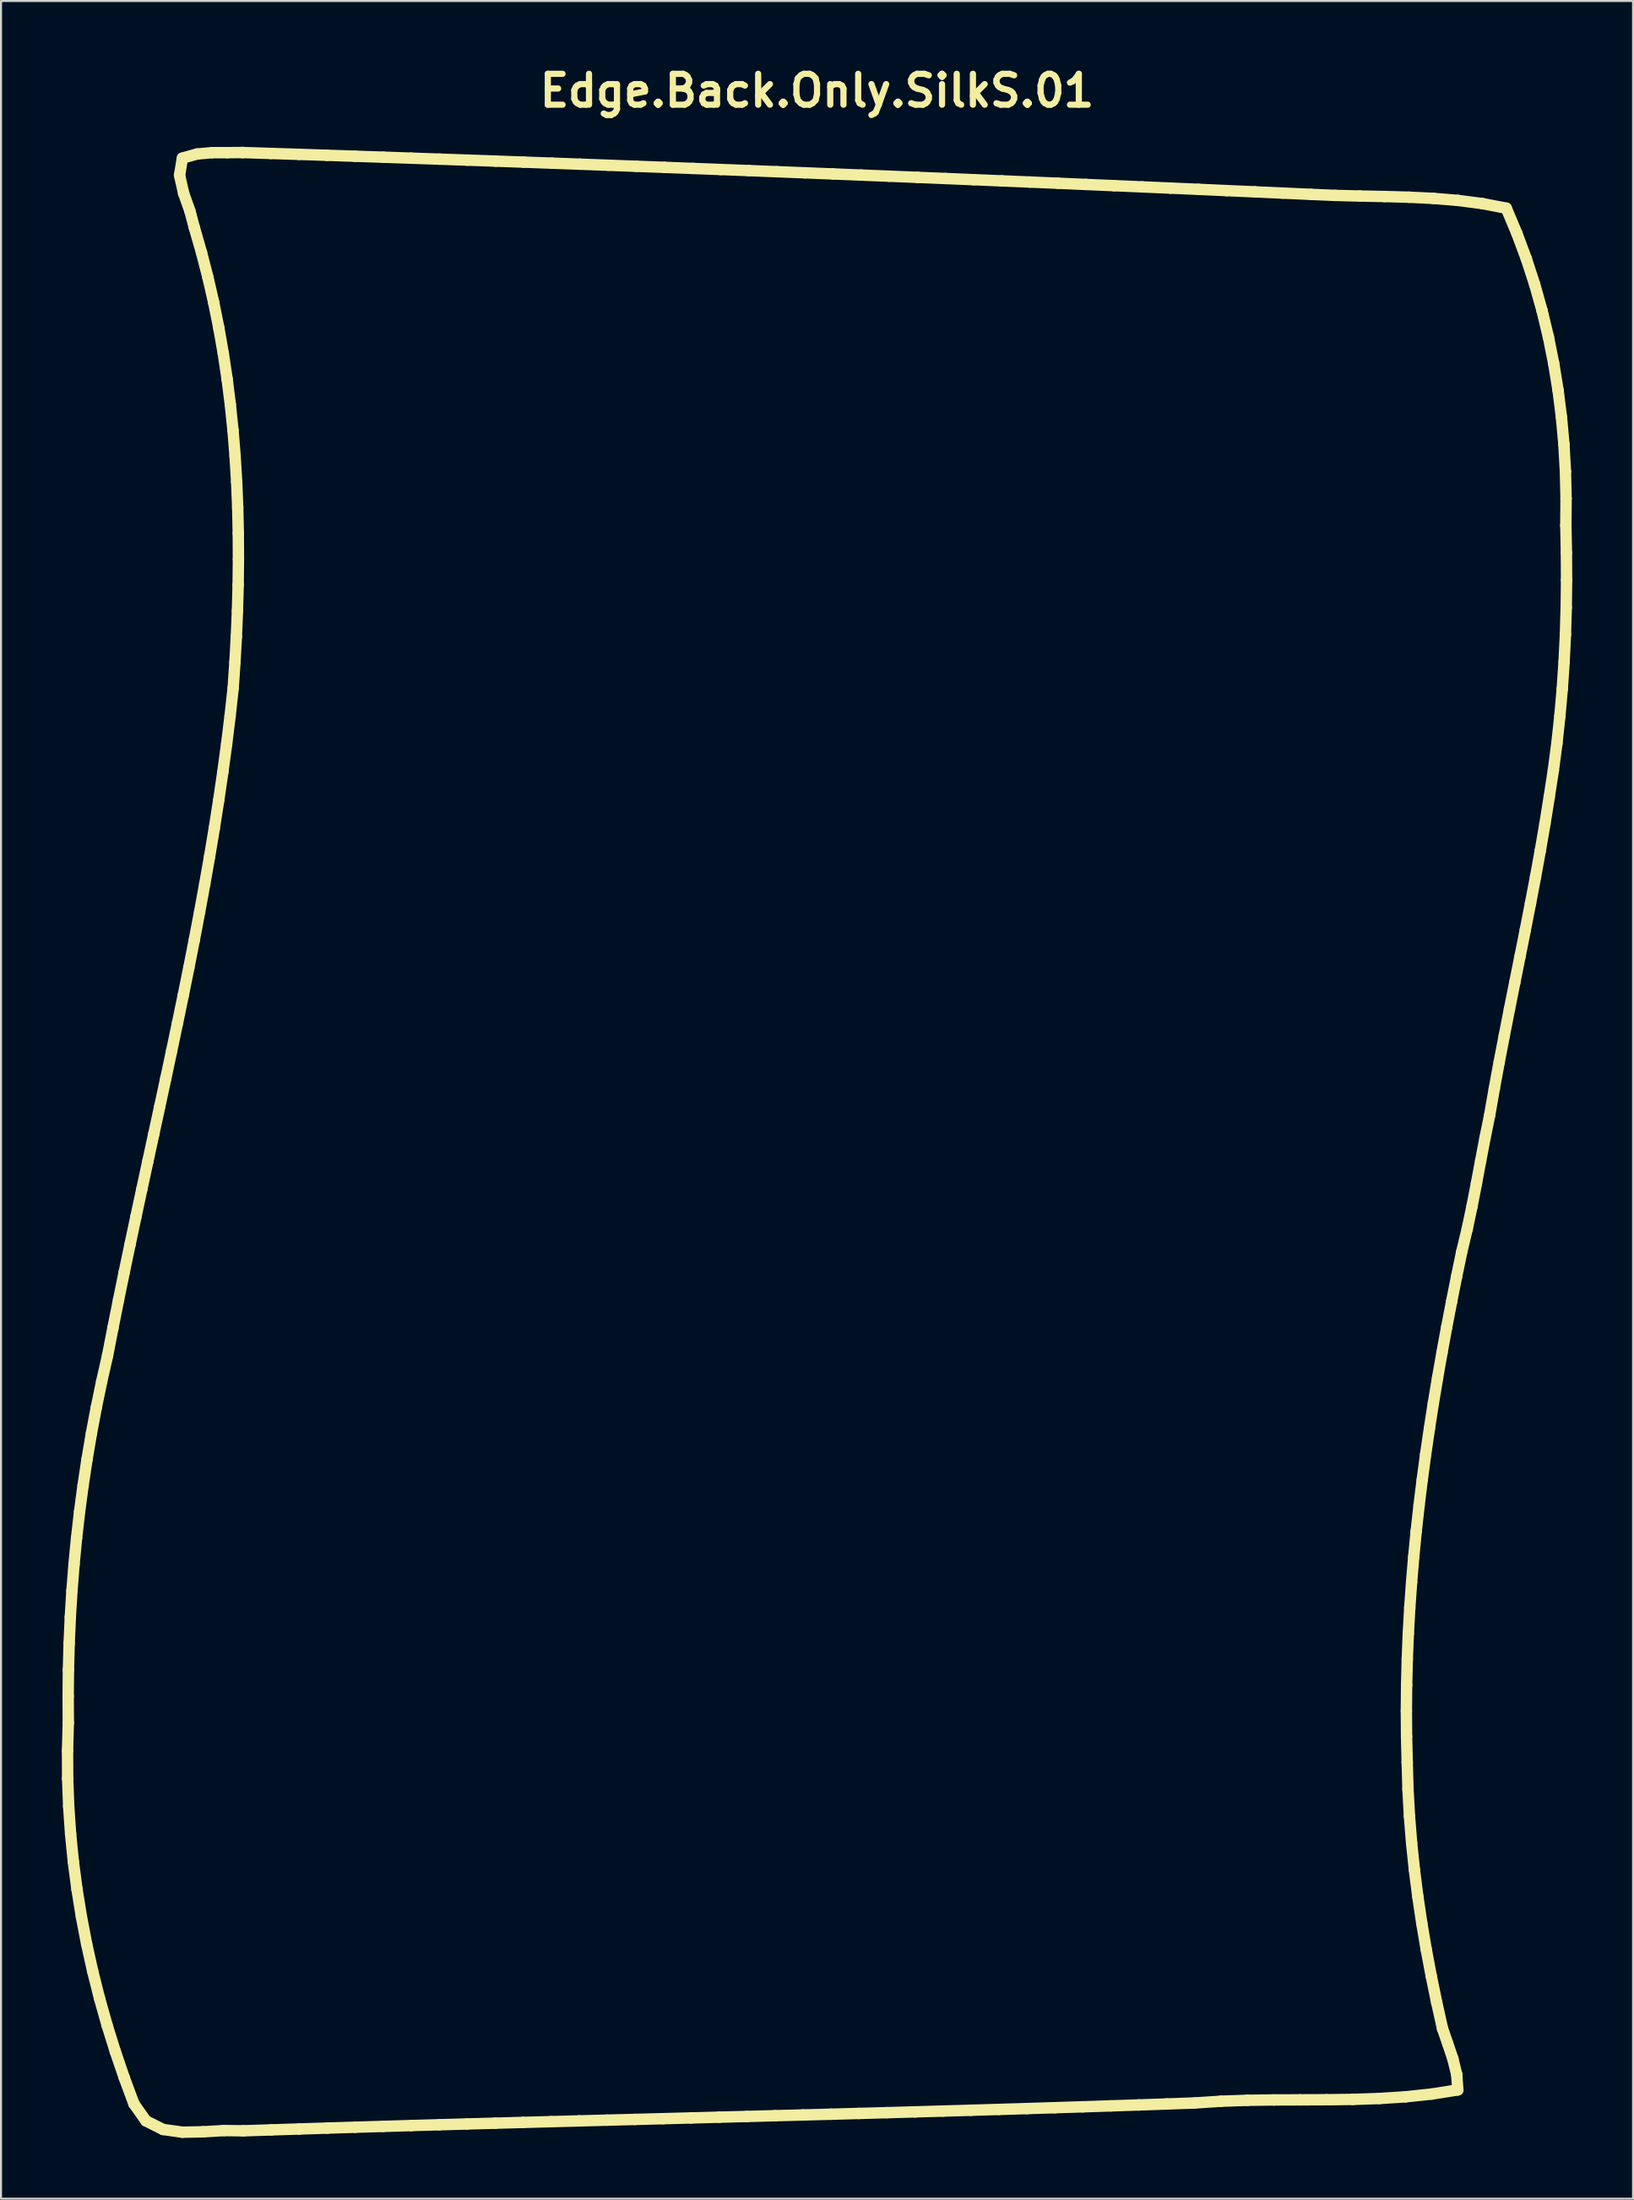
<source format=kicad_pcb>
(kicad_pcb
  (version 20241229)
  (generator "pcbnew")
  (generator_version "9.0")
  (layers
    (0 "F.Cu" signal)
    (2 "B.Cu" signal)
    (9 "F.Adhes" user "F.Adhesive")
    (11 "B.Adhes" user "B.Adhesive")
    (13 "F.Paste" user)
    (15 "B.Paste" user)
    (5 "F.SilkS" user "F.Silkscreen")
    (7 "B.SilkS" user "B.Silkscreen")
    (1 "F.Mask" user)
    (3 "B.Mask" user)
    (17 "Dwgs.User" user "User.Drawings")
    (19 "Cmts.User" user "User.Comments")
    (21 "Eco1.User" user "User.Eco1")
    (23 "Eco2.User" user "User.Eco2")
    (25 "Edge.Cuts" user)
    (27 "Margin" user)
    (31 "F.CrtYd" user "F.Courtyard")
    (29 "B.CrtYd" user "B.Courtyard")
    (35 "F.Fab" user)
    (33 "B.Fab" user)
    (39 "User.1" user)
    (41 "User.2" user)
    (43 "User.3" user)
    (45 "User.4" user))
  (footprint "Edge.Back.Only.SilkS.01"
    (layer "F.Cu")
    (at 37.26 53.313)
    (property "Reference" "Edge.Back.Only.SilkS.01" (at 0 -51.887 0) (layer "F.SilkS") (effects (font (size 1.524 1.524) (thickness 0.305))))
    (attr smd)
    (fp_line (start -36.978 30.001) (end -36.94 28.628) (stroke (width 0.562) (type solid)) (layer "F.SilkS"))
    (fp_line (start -36.972 31.372) (end -36.978 30.001) (stroke (width 0.562) (type solid)) (layer "F.SilkS"))
    (fp_line (start -36.947 27.323) (end -36.934 26.019) (stroke (width 0.562) (type solid)) (layer "F.SilkS"))
    (fp_line (start -36.94 28.628) (end -36.947 27.323) (stroke (width 0.562) (type solid)) (layer "F.SilkS"))
    (fp_line (start -36.934 26.019) (end -36.898 24.714) (stroke (width 0.562) (type solid)) (layer "F.SilkS"))
    (fp_line (start -36.921 32.744) (end -36.972 31.372) (stroke (width 0.562) (type solid)) (layer "F.SilkS"))
    (fp_line (start -36.898 24.714) (end -36.84 23.412) (stroke (width 0.562) (type solid)) (layer "F.SilkS"))
    (fp_line (start -36.84 23.412) (end -36.76 22.109) (stroke (width 0.562) (type solid)) (layer "F.SilkS"))
    (fp_line (start -36.827 34.113) (end -36.921 32.744) (stroke (width 0.562) (type solid)) (layer "F.SilkS"))
    (fp_line (start -36.76 22.109) (end -36.657 20.809) (stroke (width 0.562) (type solid)) (layer "F.SilkS"))
    (fp_line (start -36.691 35.478) (end -36.827 34.113) (stroke (width 0.562) (type solid)) (layer "F.SilkS"))
    (fp_line (start -36.657 20.809) (end -36.532 19.511) (stroke (width 0.562) (type solid)) (layer "F.SilkS"))
    (fp_line (start -36.532 19.511) (end -36.383 18.214) (stroke (width 0.562) (type solid)) (layer "F.SilkS"))
    (fp_line (start -36.512 36.838) (end -36.691 35.478) (stroke (width 0.562) (type solid)) (layer "F.SilkS"))
    (fp_line (start -36.383 18.214) (end -36.211 16.921) (stroke (width 0.562) (type solid)) (layer "F.SilkS"))
    (fp_line (start -36.294 38.193) (end -36.512 36.838) (stroke (width 0.562) (type solid)) (layer "F.SilkS"))
    (fp_line (start -36.211 16.921) (end -36.016 15.631) (stroke (width 0.562) (type solid)) (layer "F.SilkS"))
    (fp_line (start -36.035 39.541) (end -36.294 38.193) (stroke (width 0.562) (type solid)) (layer "F.SilkS"))
    (fp_line (start -36.016 15.631) (end -35.798 14.345) (stroke (width 0.562) (type solid)) (layer "F.SilkS"))
    (fp_line (start -35.798 14.345) (end -35.556 13.063) (stroke (width 0.562) (type solid)) (layer "F.SilkS"))
    (fp_line (start -35.738 40.881) (end -36.035 39.541) (stroke (width 0.562) (type solid)) (layer "F.SilkS"))
    (fp_line (start -35.556 13.063) (end -35.292 11.786) (stroke (width 0.562) (type solid)) (layer "F.SilkS"))
    (fp_line (start -35.403 42.212) (end -35.738 40.881) (stroke (width 0.562) (type solid)) (layer "F.SilkS"))
    (fp_line (start -35.292 11.786) (end -35.003 10.513) (stroke (width 0.562) (type solid)) (layer "F.SilkS"))
    (fp_line (start -35.031 43.532) (end -35.403 42.212) (stroke (width 0.562) (type solid)) (layer "F.SilkS"))
    (fp_line (start -35.003 10.513) (end -34.736 9.142) (stroke (width 0.562) (type solid)) (layer "F.SilkS"))
    (fp_line (start -34.736 9.142) (end -34.462 7.772) (stroke (width 0.562) (type solid)) (layer "F.SilkS"))
    (fp_line (start -34.622 44.843) (end -35.031 43.532) (stroke (width 0.562) (type solid)) (layer "F.SilkS"))
    (fp_line (start -34.462 7.772) (end -34.182 6.404) (stroke (width 0.562) (type solid)) (layer "F.SilkS"))
    (fp_line (start -34.182 6.404) (end -33.895 5.036) (stroke (width 0.562) (type solid)) (layer "F.SilkS"))
    (fp_line (start -34.179 46.141) (end -34.622 44.843) (stroke (width 0.562) (type solid)) (layer "F.SilkS"))
    (fp_line (start -33.895 5.036) (end -33.605 3.67) (stroke (width 0.562) (type solid)) (layer "F.SilkS"))
    (fp_line (start -33.702 47.428) (end -34.179 46.141) (stroke (width 0.562) (type solid)) (layer "F.SilkS"))
    (fp_line (start -33.605 3.67) (end -33.312 2.304) (stroke (width 0.562) (type solid)) (layer "F.SilkS"))
    (fp_line (start -33.312 2.304) (end -33.017 0.939) (stroke (width 0.562) (type solid)) (layer "F.SilkS"))
    (fp_line (start -33.108 48.268) (end -33.702 47.428) (stroke (width 0.562) (type solid)) (layer "F.SilkS"))
    (fp_line (start -33.017 0.939) (end -32.721 -0.426) (stroke (width 0.562) (type solid)) (layer "F.SilkS"))
    (fp_line (start -32.721 -0.426) (end -32.425 -1.792) (stroke (width 0.562) (type solid)) (layer "F.SilkS"))
    (fp_line (start -32.425 -1.792) (end -32.131 -3.157) (stroke (width 0.562) (type solid)) (layer "F.SilkS"))
    (fp_line (start -32.267 48.692) (end -33.108 48.268) (stroke (width 0.562) (type solid)) (layer "F.SilkS"))
    (fp_line (start -32.131 -3.157) (end -31.84 -4.523) (stroke (width 0.562) (type solid)) (layer "F.SilkS"))
    (fp_line (start -31.84 -4.523) (end -31.552 -5.89) (stroke (width 0.562) (type solid)) (layer "F.SilkS"))
    (fp_line (start -31.552 -5.89) (end -31.269 -7.258) (stroke (width 0.562) (type solid)) (layer "F.SilkS"))
    (fp_line (start -31.451 -47.72) (end -31.311 -48.562) (stroke (width 0.562) (type solid)) (layer "F.SilkS"))
    (fp_line (start -31.314 48.826) (end -32.267 48.692) (stroke (width 0.562) (type solid)) (layer "F.SilkS"))
    (fp_line (start -31.311 -48.562) (end -30.592 -48.765) (stroke (width 0.562) (type solid)) (layer "F.SilkS"))
    (fp_line (start -31.269 -7.258) (end -30.992 -8.627) (stroke (width 0.562) (type solid)) (layer "F.SilkS"))
    (fp_line (start -31.25 -46.827) (end -31.451 -47.72) (stroke (width 0.562) (type solid)) (layer "F.SilkS"))
    (fp_line (start -30.992 -8.627) (end -30.722 -9.998) (stroke (width 0.562) (type solid)) (layer "F.SilkS"))
    (fp_line (start -30.942 -45.96) (end -31.25 -46.827) (stroke (width 0.562) (type solid)) (layer "F.SilkS"))
    (fp_line (start -30.722 -9.998) (end -30.461 -11.37) (stroke (width 0.562) (type solid)) (layer "F.SilkS"))
    (fp_line (start -30.721 -45.129) (end -30.942 -45.96) (stroke (width 0.562) (type solid)) (layer "F.SilkS"))
    (fp_line (start -30.592 -48.765) (end -29.841 -48.832) (stroke (width 0.562) (type solid)) (layer "F.SilkS"))
    (fp_line (start -30.461 -11.37) (end -30.209 -12.744) (stroke (width 0.562) (type solid)) (layer "F.SilkS"))
    (fp_line (start -30.368 -43.904) (end -30.721 -45.129) (stroke (width 0.562) (type solid)) (layer "F.SilkS"))
    (fp_line (start -30.291 48.807) (end -31.314 48.826) (stroke (width 0.562) (type solid)) (layer "F.SilkS"))
    (fp_line (start -30.209 -12.744) (end -29.967 -14.12) (stroke (width 0.562) (type solid)) (layer "F.SilkS"))
    (fp_line (start -30.05 -42.672) (end -30.368 -43.904) (stroke (width 0.562) (type solid)) (layer "F.SilkS"))
    (fp_line (start -29.967 -14.12) (end -29.737 -15.497) (stroke (width 0.562) (type solid)) (layer "F.SilkS"))
    (fp_line (start -29.841 -48.832) (end -29.084 -48.832) (stroke (width 0.562) (type solid)) (layer "F.SilkS"))
    (fp_line (start -29.765 -41.43) (end -30.05 -42.672) (stroke (width 0.562) (type solid)) (layer "F.SilkS"))
    (fp_line (start -29.737 -15.497) (end -29.521 -16.877) (stroke (width 0.562) (type solid)) (layer "F.SilkS"))
    (fp_line (start -29.521 -16.877) (end -29.318 -18.259) (stroke (width 0.562) (type solid)) (layer "F.SilkS"))
    (fp_line (start -29.514 -40.183) (end -29.765 -41.43) (stroke (width 0.562) (type solid)) (layer "F.SilkS"))
    (fp_line (start -29.318 -18.259) (end -29.13 -19.643) (stroke (width 0.562) (type solid)) (layer "F.SilkS"))
    (fp_line (start -29.294 -38.928) (end -29.514 -40.183) (stroke (width 0.562) (type solid)) (layer "F.SilkS"))
    (fp_line (start -29.253 48.745) (end -30.291 48.807) (stroke (width 0.562) (type solid)) (layer "F.SilkS"))
    (fp_line (start -29.13 -19.643) (end -28.959 -21.029) (stroke (width 0.562) (type solid)) (layer "F.SilkS"))
    (fp_line (start -29.105 -37.669) (end -29.294 -38.928) (stroke (width 0.562) (type solid)) (layer "F.SilkS"))
    (fp_line (start -29.084 -48.832) (end -28.337 -48.838) (stroke (width 0.562) (type solid)) (layer "F.SilkS"))
    (fp_line (start -28.959 -21.029) (end -28.806 -22.418) (stroke (width 0.562) (type solid)) (layer "F.SilkS"))
    (fp_line (start -28.946 -36.405) (end -29.105 -37.669) (stroke (width 0.562) (type solid)) (layer "F.SilkS"))
    (fp_line (start -28.815 -35.138) (end -28.946 -36.405) (stroke (width 0.562) (type solid)) (layer "F.SilkS"))
    (fp_line (start -28.806 -22.418) (end -28.719 -23.688) (stroke (width 0.562) (type solid)) (layer "F.SilkS"))
    (fp_line (start -28.719 -23.688) (end -28.648 -24.96) (stroke (width 0.562) (type solid)) (layer "F.SilkS"))
    (fp_line (start -28.712 -33.869) (end -28.815 -35.138) (stroke (width 0.562) (type solid)) (layer "F.SilkS"))
    (fp_line (start -28.648 -24.96) (end -28.595 -26.232) (stroke (width 0.562) (type solid)) (layer "F.SilkS"))
    (fp_line (start -28.634 -32.598) (end -28.712 -33.869) (stroke (width 0.562) (type solid)) (layer "F.SilkS"))
    (fp_line (start -28.595 -26.232) (end -28.56 -27.505) (stroke (width 0.562) (type solid)) (layer "F.SilkS"))
    (fp_line (start -28.582 -31.326) (end -28.634 -32.598) (stroke (width 0.562) (type solid)) (layer "F.SilkS"))
    (fp_line (start -28.56 -27.505) (end -28.546 -28.779) (stroke (width 0.562) (type solid)) (layer "F.SilkS"))
    (fp_line (start -28.553 -30.052) (end -28.582 -31.326) (stroke (width 0.562) (type solid)) (layer "F.SilkS"))
    (fp_line (start -28.546 -28.779) (end -28.553 -30.052) (stroke (width 0.562) (type solid)) (layer "F.SilkS"))
    (fp_line (start -28.337 -48.838) (end -26.95 -48.793) (stroke (width 0.562) (type solid)) (layer "F.SilkS"))
    (fp_line (start -28.337 -48.838) (end -28.337 -48.838) (stroke (width 0.562) (type solid)) (layer "F.SilkS"))
    (fp_line (start -28.305 48.758) (end -29.253 48.745) (stroke (width 0.562) (type solid)) (layer "F.SilkS"))
    (fp_line (start -26.95 -48.793) (end -25.563 -48.748) (stroke (width 0.562) (type solid)) (layer "F.SilkS"))
    (fp_line (start -26.924 48.712) (end -28.305 48.758) (stroke (width 0.562) (type solid)) (layer "F.SilkS"))
    (fp_line (start -25.563 -48.748) (end -24.176 -48.702) (stroke (width 0.562) (type solid)) (layer "F.SilkS"))
    (fp_line (start -25.544 48.668) (end -26.924 48.712) (stroke (width 0.562) (type solid)) (layer "F.SilkS"))
    (fp_line (start -24.176 -48.702) (end -22.788 -48.655) (stroke (width 0.562) (type solid)) (layer "F.SilkS"))
    (fp_line (start -24.163 48.624) (end -25.544 48.668) (stroke (width 0.562) (type solid)) (layer "F.SilkS"))
    (fp_line (start -22.788 -48.655) (end -21.401 -48.608) (stroke (width 0.562) (type solid)) (layer "F.SilkS"))
    (fp_line (start -22.783 48.581) (end -24.163 48.624) (stroke (width 0.562) (type solid)) (layer "F.SilkS"))
    (fp_line (start -21.403 48.54) (end -22.783 48.581) (stroke (width 0.562) (type solid)) (layer "F.SilkS"))
    (fp_line (start -21.401 -48.608) (end -20.014 -48.56) (stroke (width 0.562) (type solid)) (layer "F.SilkS"))
    (fp_line (start -20.022 48.499) (end -21.403 48.54) (stroke (width 0.562) (type solid)) (layer "F.SilkS"))
    (fp_line (start -20.014 -48.56) (end -18.626 -48.512) (stroke (width 0.562) (type solid)) (layer "F.SilkS"))
    (fp_line (start -18.642 48.459) (end -20.022 48.499) (stroke (width 0.562) (type solid)) (layer "F.SilkS"))
    (fp_line (start -18.626 -48.512) (end -17.239 -48.463) (stroke (width 0.562) (type solid)) (layer "F.SilkS"))
    (fp_line (start -17.261 48.42) (end -18.642 48.459) (stroke (width 0.562) (type solid)) (layer "F.SilkS"))
    (fp_line (start -17.239 -48.463) (end -15.852 -48.414) (stroke (width 0.562) (type solid)) (layer "F.SilkS"))
    (fp_line (start -15.88 48.382) (end -17.261 48.42) (stroke (width 0.562) (type solid)) (layer "F.SilkS"))
    (fp_line (start -15.852 -48.414) (end -14.465 -48.364) (stroke (width 0.562) (type solid)) (layer "F.SilkS"))
    (fp_line (start -14.499 48.344) (end -15.88 48.382) (stroke (width 0.562) (type solid)) (layer "F.SilkS"))
    (fp_line (start -14.465 -48.364) (end -13.078 -48.314) (stroke (width 0.562) (type solid)) (layer "F.SilkS"))
    (fp_line (start -13.119 48.306) (end -14.499 48.344) (stroke (width 0.562) (type solid)) (layer "F.SilkS"))
    (fp_line (start -13.078 -48.314) (end -11.69 -48.263) (stroke (width 0.562) (type solid)) (layer "F.SilkS"))
    (fp_line (start -11.738 48.269) (end -13.119 48.306) (stroke (width 0.562) (type solid)) (layer "F.SilkS"))
    (fp_line (start -11.69 -48.263) (end -10.303 -48.211) (stroke (width 0.562) (type solid)) (layer "F.SilkS"))
    (fp_line (start -10.358 48.232) (end -11.738 48.269) (stroke (width 0.562) (type solid)) (layer "F.SilkS"))
    (fp_line (start -10.303 -48.211) (end -8.916 -48.159) (stroke (width 0.562) (type solid)) (layer "F.SilkS"))
    (fp_line (start -8.977 48.196) (end -10.358 48.232) (stroke (width 0.562) (type solid)) (layer "F.SilkS"))
    (fp_line (start -8.916 -48.159) (end -7.529 -48.107) (stroke (width 0.562) (type solid)) (layer "F.SilkS"))
    (fp_line (start -7.596 48.159) (end -8.977 48.196) (stroke (width 0.562) (type solid)) (layer "F.SilkS"))
    (fp_line (start -7.529 -48.107) (end -6.142 -48.054) (stroke (width 0.562) (type solid)) (layer "F.SilkS"))
    (fp_line (start -6.216 48.123) (end -7.596 48.159) (stroke (width 0.562) (type solid)) (layer "F.SilkS"))
    (fp_line (start -6.142 -48.054) (end -4.755 -48.001) (stroke (width 0.562) (type solid)) (layer "F.SilkS"))
    (fp_line (start -4.835 48.086) (end -6.216 48.123) (stroke (width 0.562) (type solid)) (layer "F.SilkS"))
    (fp_line (start -4.755 -48.001) (end -3.368 -47.947) (stroke (width 0.562) (type solid)) (layer "F.SilkS"))
    (fp_line (start -3.454 48.05) (end -4.835 48.086) (stroke (width 0.562) (type solid)) (layer "F.SilkS"))
    (fp_line (start -3.368 -47.947) (end -1.981 -47.892) (stroke (width 0.562) (type solid)) (layer "F.SilkS"))
    (fp_line (start -2.074 48.013) (end -3.454 48.05) (stroke (width 0.562) (type solid)) (layer "F.SilkS"))
    (fp_line (start -1.981 -47.892) (end -0.594 -47.837) (stroke (width 0.562) (type solid)) (layer "F.SilkS"))
    (fp_line (start -0.693 47.976) (end -2.074 48.013) (stroke (width 0.562) (type solid)) (layer "F.SilkS"))
    (fp_line (start -0.594 -47.837) (end 0.792 -47.782) (stroke (width 0.562) (type solid)) (layer "F.SilkS"))
    (fp_line (start 0.688 47.939) (end -0.693 47.976) (stroke (width 0.562) (type solid)) (layer "F.SilkS"))
    (fp_line (start 0.792 -47.782) (end 2.179 -47.726) (stroke (width 0.562) (type solid)) (layer "F.SilkS"))
    (fp_line (start 2.068 47.901) (end 0.688 47.939) (stroke (width 0.562) (type solid)) (layer "F.SilkS"))
    (fp_line (start 2.179 -47.726) (end 3.566 -47.67) (stroke (width 0.562) (type solid)) (layer "F.SilkS"))
    (fp_line (start 3.449 47.863) (end 2.068 47.901) (stroke (width 0.562) (type solid)) (layer "F.SilkS"))
    (fp_line (start 3.566 -47.67) (end 4.953 -47.613) (stroke (width 0.562) (type solid)) (layer "F.SilkS"))
    (fp_line (start 4.83 47.824) (end 3.449 47.863) (stroke (width 0.562) (type solid)) (layer "F.SilkS"))
    (fp_line (start 4.953 -47.613) (end 6.34 -47.556) (stroke (width 0.562) (type solid)) (layer "F.SilkS"))
    (fp_line (start 6.21 47.784) (end 4.83 47.824) (stroke (width 0.562) (type solid)) (layer "F.SilkS"))
    (fp_line (start 6.34 -47.556) (end 7.727 -47.498) (stroke (width 0.562) (type solid)) (layer "F.SilkS"))
    (fp_line (start 7.591 47.744) (end 6.21 47.784) (stroke (width 0.562) (type solid)) (layer "F.SilkS"))
    (fp_line (start 7.727 -47.498) (end 9.114 -47.44) (stroke (width 0.562) (type solid)) (layer "F.SilkS"))
    (fp_line (start 8.972 47.703) (end 7.591 47.744) (stroke (width 0.562) (type solid)) (layer "F.SilkS"))
    (fp_line (start 9.114 -47.44) (end 10.501 -47.382) (stroke (width 0.562) (type solid)) (layer "F.SilkS"))
    (fp_line (start 10.352 47.661) (end 8.972 47.703) (stroke (width 0.562) (type solid)) (layer "F.SilkS"))
    (fp_line (start 10.501 -47.382) (end 11.887 -47.323) (stroke (width 0.562) (type solid)) (layer "F.SilkS"))
    (fp_line (start 11.733 47.618) (end 10.352 47.661) (stroke (width 0.562) (type solid)) (layer "F.SilkS"))
    (fp_line (start 11.887 -47.323) (end 13.274 -47.263) (stroke (width 0.562) (type solid)) (layer "F.SilkS"))
    (fp_line (start 13.113 47.574) (end 11.733 47.618) (stroke (width 0.562) (type solid)) (layer "F.SilkS"))
    (fp_line (start 13.274 -47.263) (end 14.661 -47.203) (stroke (width 0.562) (type solid)) (layer "F.SilkS"))
    (fp_line (start 14.494 47.528) (end 13.113 47.574) (stroke (width 0.562) (type solid)) (layer "F.SilkS"))
    (fp_line (start 14.661 -47.203) (end 16.047 -47.143) (stroke (width 0.562) (type solid)) (layer "F.SilkS"))
    (fp_line (start 15.874 47.482) (end 14.494 47.528) (stroke (width 0.562) (type solid)) (layer "F.SilkS"))
    (fp_line (start 16.047 -47.143) (end 17.434 -47.083) (stroke (width 0.562) (type solid)) (layer "F.SilkS"))
    (fp_line (start 17.255 47.434) (end 15.874 47.482) (stroke (width 0.562) (type solid)) (layer "F.SilkS"))
    (fp_line (start 17.434 -47.083) (end 18.821 -47.022) (stroke (width 0.562) (type solid)) (layer "F.SilkS"))
    (fp_line (start 18.635 47.384) (end 17.255 47.434) (stroke (width 0.562) (type solid)) (layer "F.SilkS"))
    (fp_line (start 18.821 -47.022) (end 20.207 -46.96) (stroke (width 0.562) (type solid)) (layer "F.SilkS"))
    (fp_line (start 19.933 47.299) (end 18.635 47.384) (stroke (width 0.562) (type solid)) (layer "F.SilkS"))
    (fp_line (start 20.207 -46.96) (end 21.594 -46.899) (stroke (width 0.562) (type solid)) (layer "F.SilkS"))
    (fp_line (start 21.234 47.253) (end 19.933 47.299) (stroke (width 0.562) (type solid)) (layer "F.SilkS"))
    (fp_line (start 21.594 -46.899) (end 22.981 -46.837) (stroke (width 0.562) (type solid)) (layer "F.SilkS"))
    (fp_line (start 22.535 47.235) (end 21.234 47.253) (stroke (width 0.562) (type solid)) (layer "F.SilkS"))
    (fp_line (start 22.981 -46.837) (end 24.367 -46.774) (stroke (width 0.562) (type solid)) (layer "F.SilkS"))
    (fp_line (start 23.836 47.23) (end 22.535 47.235) (stroke (width 0.562) (type solid)) (layer "F.SilkS"))
    (fp_line (start 24.367 -46.774) (end 25.575 -46.723) (stroke (width 0.562) (type solid)) (layer "F.SilkS"))
    (fp_line (start 25.139 47.225) (end 23.836 47.23) (stroke (width 0.562) (type solid)) (layer "F.SilkS"))
    (fp_line (start 25.575 -46.723) (end 26.786 -46.692) (stroke (width 0.562) (type solid)) (layer "F.SilkS"))
    (fp_line (start 26.439 47.208) (end 25.139 47.225) (stroke (width 0.562) (type solid)) (layer "F.SilkS"))
    (fp_line (start 26.786 -46.692) (end 27.996 -46.668) (stroke (width 0.562) (type solid)) (layer "F.SilkS"))
    (fp_line (start 27.741 47.164) (end 26.439 47.208) (stroke (width 0.562) (type solid)) (layer "F.SilkS"))
    (fp_line (start 27.996 -46.668) (end 29.205 -46.634) (stroke (width 0.562) (type solid)) (layer "F.SilkS"))
    (fp_line (start 29.038 47.081) (end 27.741 47.164) (stroke (width 0.562) (type solid)) (layer "F.SilkS"))
    (fp_line (start 29.079 28.039) (end 29.088 29.308) (stroke (width 0.562) (type solid)) (layer "F.SilkS"))
    (fp_line (start 29.088 29.308) (end 29.12 30.579) (stroke (width 0.562) (type solid)) (layer "F.SilkS"))
    (fp_line (start 29.091 26.768) (end 29.079 28.039) (stroke (width 0.562) (type solid)) (layer "F.SilkS"))
    (fp_line (start 29.12 30.579) (end 29.158 31.907) (stroke (width 0.562) (type solid)) (layer "F.SilkS"))
    (fp_line (start 29.123 25.499) (end 29.091 26.768) (stroke (width 0.562) (type solid)) (layer "F.SilkS"))
    (fp_line (start 29.158 31.907) (end 29.231 33.233) (stroke (width 0.562) (type solid)) (layer "F.SilkS"))
    (fp_line (start 29.175 24.229) (end 29.123 25.499) (stroke (width 0.562) (type solid)) (layer "F.SilkS"))
    (fp_line (start 29.205 -46.634) (end 30.416 -46.575) (stroke (width 0.562) (type solid)) (layer "F.SilkS"))
    (fp_line (start 29.231 33.233) (end 29.337 34.557) (stroke (width 0.562) (type solid)) (layer "F.SilkS"))
    (fp_line (start 29.246 22.961) (end 29.175 24.229) (stroke (width 0.562) (type solid)) (layer "F.SilkS"))
    (fp_line (start 29.336 21.694) (end 29.246 22.961) (stroke (width 0.562) (type solid)) (layer "F.SilkS"))
    (fp_line (start 29.337 34.557) (end 29.475 35.878) (stroke (width 0.562) (type solid)) (layer "F.SilkS"))
    (fp_line (start 29.443 20.428) (end 29.336 21.694) (stroke (width 0.562) (type solid)) (layer "F.SilkS"))
    (fp_line (start 29.475 35.878) (end 29.643 37.196) (stroke (width 0.562) (type solid)) (layer "F.SilkS"))
    (fp_line (start 29.566 19.164) (end 29.443 20.428) (stroke (width 0.562) (type solid)) (layer "F.SilkS"))
    (fp_line (start 29.643 37.196) (end 29.838 38.509) (stroke (width 0.562) (type solid)) (layer "F.SilkS"))
    (fp_line (start 29.706 17.901) (end 29.566 19.164) (stroke (width 0.562) (type solid)) (layer "F.SilkS"))
    (fp_line (start 29.838 38.509) (end 30.06 39.819) (stroke (width 0.562) (type solid)) (layer "F.SilkS"))
    (fp_line (start 29.861 16.64) (end 29.706 17.901) (stroke (width 0.562) (type solid)) (layer "F.SilkS"))
    (fp_line (start 30.03 15.381) (end 29.861 16.64) (stroke (width 0.562) (type solid)) (layer "F.SilkS"))
    (fp_line (start 30.06 39.819) (end 30.306 41.124) (stroke (width 0.562) (type solid)) (layer "F.SilkS"))
    (fp_line (start 30.214 14.124) (end 30.03 15.381) (stroke (width 0.562) (type solid)) (layer "F.SilkS"))
    (fp_line (start 30.306 41.124) (end 30.575 42.426) (stroke (width 0.562) (type solid)) (layer "F.SilkS"))
    (fp_line (start 30.331 46.944) (end 29.038 47.081) (stroke (width 0.562) (type solid)) (layer "F.SilkS"))
    (fp_line (start 30.409 12.868) (end 30.214 14.124) (stroke (width 0.562) (type solid)) (layer "F.SilkS"))
    (fp_line (start 30.416 -46.575) (end 31.62 -46.476) (stroke (width 0.562) (type solid)) (layer "F.SilkS"))
    (fp_line (start 30.575 42.426) (end 30.864 43.721) (stroke (width 0.562) (type solid)) (layer "F.SilkS"))
    (fp_line (start 30.618 11.615) (end 30.409 12.868) (stroke (width 0.562) (type solid)) (layer "F.SilkS"))
    (fp_line (start 30.837 10.364) (end 30.618 11.615) (stroke (width 0.562) (type solid)) (layer "F.SilkS"))
    (fp_line (start 30.864 43.721) (end 31.119 44.452) (stroke (width 0.562) (type solid)) (layer "F.SilkS"))
    (fp_line (start 31.067 9.114) (end 30.837 10.364) (stroke (width 0.562) (type solid)) (layer "F.SilkS"))
    (fp_line (start 31.119 44.452) (end 31.371 45.202) (stroke (width 0.562) (type solid)) (layer "F.SilkS"))
    (fp_line (start 31.307 7.867) (end 31.067 9.114) (stroke (width 0.562) (type solid)) (layer "F.SilkS"))
    (fp_line (start 31.371 45.202) (end 31.563 45.979) (stroke (width 0.562) (type solid)) (layer "F.SilkS"))
    (fp_line (start 31.556 6.621) (end 31.307 7.867) (stroke (width 0.562) (type solid)) (layer "F.SilkS"))
    (fp_line (start 31.563 45.979) (end 31.617 46.741) (stroke (width 0.562) (type solid)) (layer "F.SilkS"))
    (fp_line (start 31.617 46.741) (end 30.331 46.944) (stroke (width 0.562) (type solid)) (layer "F.SilkS"))
    (fp_line (start 31.62 -46.476) (end 32.819 -46.32) (stroke (width 0.562) (type solid)) (layer "F.SilkS"))
    (fp_line (start 31.814 5.377) (end 31.556 6.621) (stroke (width 0.562) (type solid)) (layer "F.SilkS"))
    (fp_line (start 32.081 4.264) (end 31.814 5.377) (stroke (width 0.562) (type solid)) (layer "F.SilkS"))
    (fp_line (start 32.317 3.148) (end 32.081 4.264) (stroke (width 0.562) (type solid)) (layer "F.SilkS"))
    (fp_line (start 32.535 2.026) (end 32.317 3.148) (stroke (width 0.562) (type solid)) (layer "F.SilkS"))
    (fp_line (start 32.745 0.903) (end 32.535 2.026) (stroke (width 0.562) (type solid)) (layer "F.SilkS"))
    (fp_line (start 32.819 -46.32) (end 34.007 -46.093) (stroke (width 0.562) (type solid)) (layer "F.SilkS"))
    (fp_line (start 32.958 -0.219) (end 32.745 0.903) (stroke (width 0.562) (type solid)) (layer "F.SilkS"))
    (fp_line (start 33.187 -1.34) (end 32.958 -0.219) (stroke (width 0.562) (type solid)) (layer "F.SilkS"))
    (fp_line (start 33.416 -2.652) (end 33.187 -1.34) (stroke (width 0.562) (type solid)) (layer "F.SilkS"))
    (fp_line (start 33.657 -3.96) (end 33.416 -2.652) (stroke (width 0.562) (type solid)) (layer "F.SilkS"))
    (fp_line (start 33.908 -5.267) (end 33.657 -3.96) (stroke (width 0.562) (type solid)) (layer "F.SilkS"))
    (fp_line (start 34.007 -46.093) (end 34.527 -44.857) (stroke (width 0.562) (type solid)) (layer "F.SilkS"))
    (fp_line (start 34.164 -6.572) (end 33.908 -5.267) (stroke (width 0.562) (type solid)) (layer "F.SilkS"))
    (fp_line (start 34.425 -7.878) (end 34.164 -6.572) (stroke (width 0.562) (type solid)) (layer "F.SilkS"))
    (fp_line (start 34.527 -44.857) (end 34.994 -43.604) (stroke (width 0.562) (type solid)) (layer "F.SilkS"))
    (fp_line (start 34.687 -9.182) (end 34.425 -7.878) (stroke (width 0.562) (type solid)) (layer "F.SilkS"))
    (fp_line (start 34.947 -10.487) (end 34.687 -9.182) (stroke (width 0.562) (type solid)) (layer "F.SilkS"))
    (fp_line (start 34.994 -43.604) (end 35.409 -42.331) (stroke (width 0.562) (type solid)) (layer "F.SilkS"))
    (fp_line (start 35.202 -11.794) (end 34.947 -10.487) (stroke (width 0.562) (type solid)) (layer "F.SilkS"))
    (fp_line (start 35.409 -42.331) (end 35.772 -41.043) (stroke (width 0.562) (type solid)) (layer "F.SilkS"))
    (fp_line (start 35.451 -13.1) (end 35.202 -11.794) (stroke (width 0.562) (type solid)) (layer "F.SilkS"))
    (fp_line (start 35.689 -14.41) (end 35.451 -13.1) (stroke (width 0.562) (type solid)) (layer "F.SilkS"))
    (fp_line (start 35.772 -41.043) (end 36.085 -39.742) (stroke (width 0.562) (type solid)) (layer "F.SilkS"))
    (fp_line (start 35.915 -15.72) (end 35.689 -14.41) (stroke (width 0.562) (type solid)) (layer "F.SilkS"))
    (fp_line (start 36.085 -39.742) (end 36.348 -38.429) (stroke (width 0.562) (type solid)) (layer "F.SilkS"))
    (fp_line (start 36.126 -17.036) (end 35.915 -15.72) (stroke (width 0.562) (type solid)) (layer "F.SilkS"))
    (fp_line (start 36.331 -18.366) (end 36.126 -17.036) (stroke (width 0.562) (type solid)) (layer "F.SilkS"))
    (fp_line (start 36.348 -38.429) (end 36.563 -37.108) (stroke (width 0.562) (type solid)) (layer "F.SilkS"))
    (fp_line (start 36.506 -19.697) (end 36.331 -18.366) (stroke (width 0.562) (type solid)) (layer "F.SilkS"))
    (fp_line (start 36.563 -37.108) (end 36.73 -35.78) (stroke (width 0.562) (type solid)) (layer "F.SilkS"))
    (fp_line (start 36.652 -21.034) (end 36.506 -19.697) (stroke (width 0.562) (type solid)) (layer "F.SilkS"))
    (fp_line (start 36.73 -35.78) (end 36.851 -34.447) (stroke (width 0.562) (type solid)) (layer "F.SilkS"))
    (fp_line (start 36.77 -22.373) (end 36.652 -21.034) (stroke (width 0.562) (type solid)) (layer "F.SilkS"))
    (fp_line (start 36.851 -34.447) (end 36.926 -33.11) (stroke (width 0.562) (type solid)) (layer "F.SilkS"))
    (fp_line (start 36.861 -23.714) (end 36.77 -22.373) (stroke (width 0.562) (type solid)) (layer "F.SilkS"))
    (fp_line (start 36.926 -25.057) (end 36.861 -23.714) (stroke (width 0.562) (type solid)) (layer "F.SilkS"))
    (fp_line (start 36.926 -33.11) (end 36.958 -31.772) (stroke (width 0.562) (type solid)) (layer "F.SilkS"))
    (fp_line (start 36.947 -30.433) (end 36.975 -29.088) (stroke (width 0.562) (type solid)) (layer "F.SilkS"))
    (fp_line (start 36.958 -31.772) (end 36.947 -30.433) (stroke (width 0.562) (type solid)) (layer "F.SilkS"))
    (fp_line (start 36.966 -26.4) (end 36.926 -25.057) (stroke (width 0.562) (type solid)) (layer "F.SilkS"))
    (fp_line (start 36.975 -29.088) (end 36.982 -27.745) (stroke (width 0.562) (type solid)) (layer "F.SilkS"))
    (fp_line (start 36.982 -27.745) (end 36.966 -26.4) (stroke (width 0.562) (type solid)) (layer "F.SilkS")))
  (gr_rect
    (start -3 -3)
    (end 77.523 105.421)
    (stroke (width 0.1) (type default))
    (fill no)
    (layer "Edge.Cuts")))
</source>
